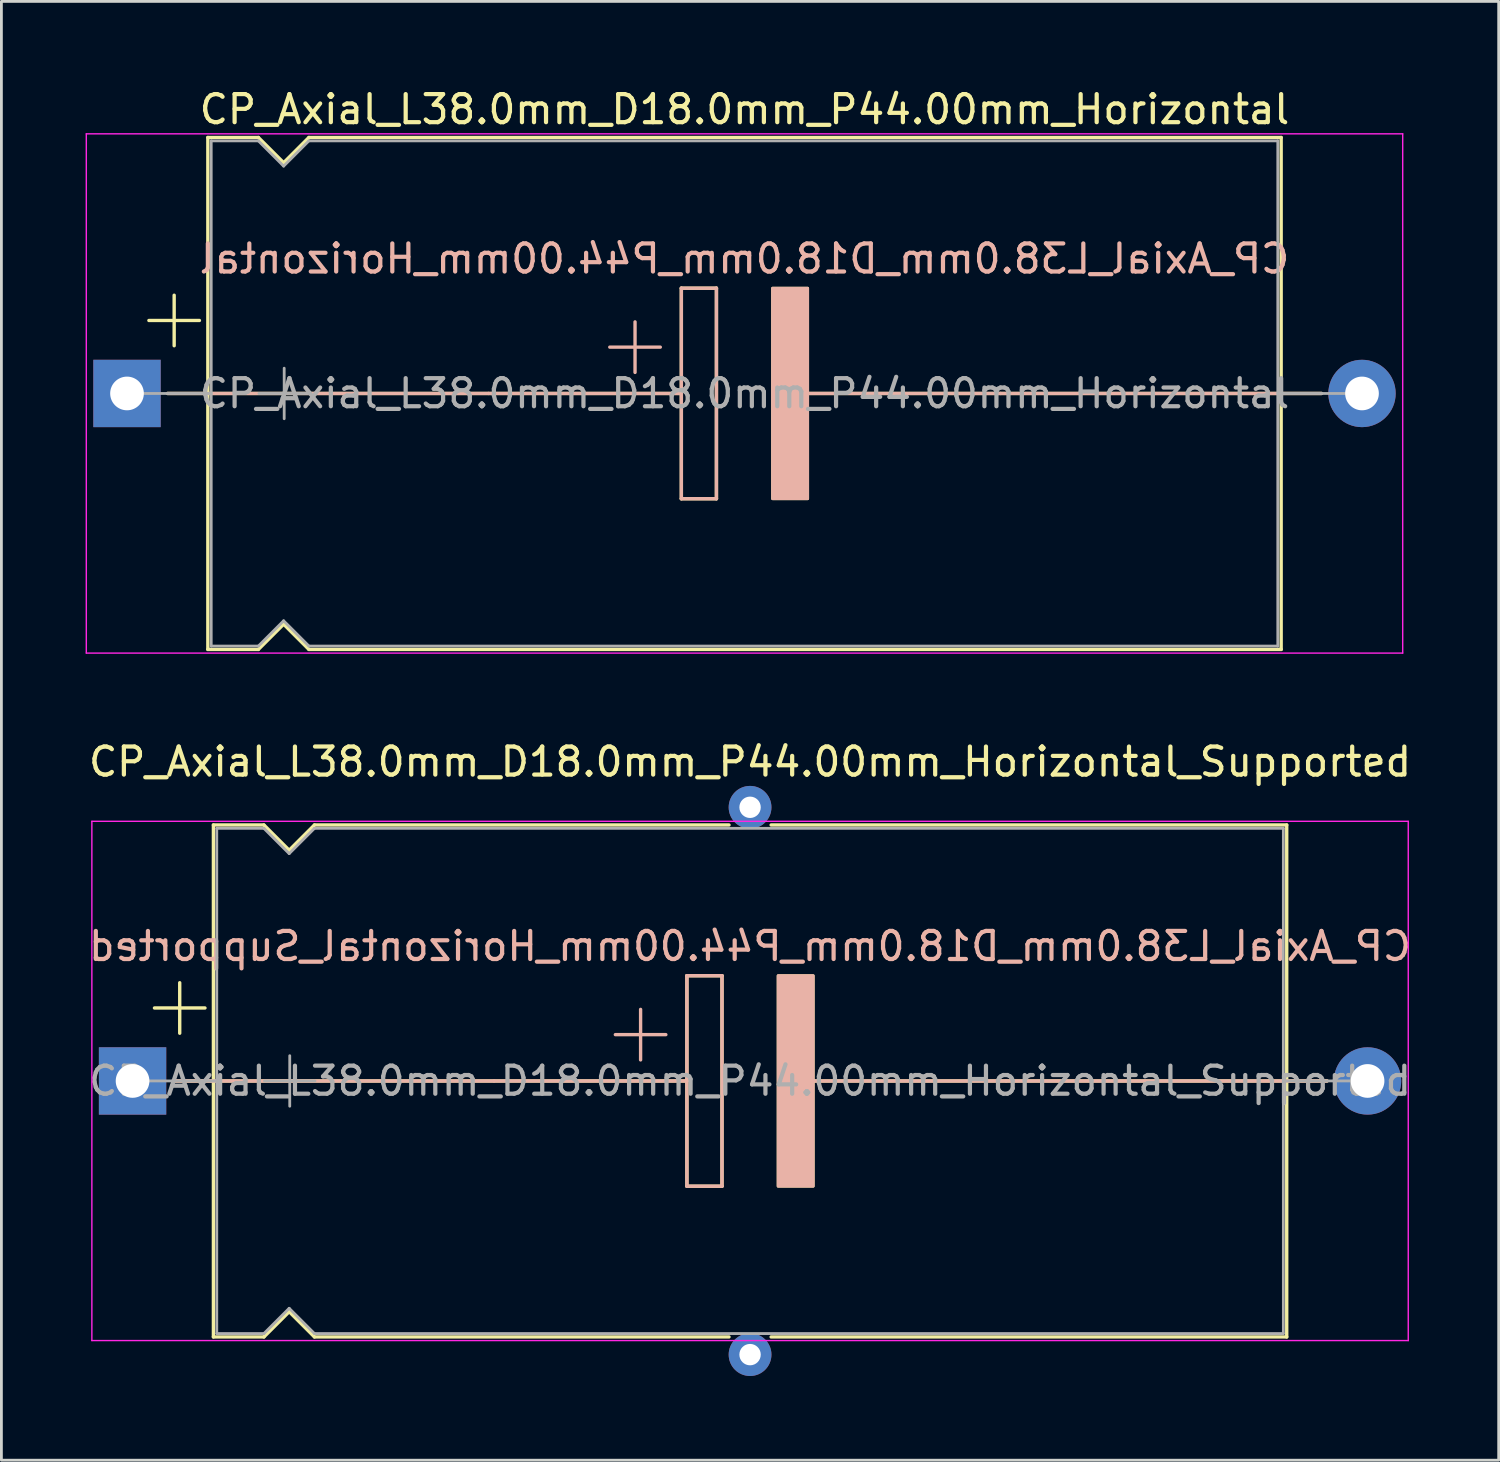
<source format=kicad_pcb>
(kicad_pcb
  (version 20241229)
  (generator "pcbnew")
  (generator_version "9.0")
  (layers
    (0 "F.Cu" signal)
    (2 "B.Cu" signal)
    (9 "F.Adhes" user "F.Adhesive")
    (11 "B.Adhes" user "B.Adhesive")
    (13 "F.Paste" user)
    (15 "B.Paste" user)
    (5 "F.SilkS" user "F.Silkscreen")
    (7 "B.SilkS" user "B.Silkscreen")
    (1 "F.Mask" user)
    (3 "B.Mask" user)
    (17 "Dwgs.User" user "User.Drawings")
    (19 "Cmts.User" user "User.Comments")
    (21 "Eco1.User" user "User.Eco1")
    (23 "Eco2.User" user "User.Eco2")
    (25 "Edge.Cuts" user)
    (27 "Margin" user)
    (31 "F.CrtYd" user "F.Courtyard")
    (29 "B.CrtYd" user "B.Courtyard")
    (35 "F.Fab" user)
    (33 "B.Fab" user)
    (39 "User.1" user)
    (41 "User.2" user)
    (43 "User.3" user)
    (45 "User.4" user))
  (footprint "CP_Axial_L38.0mm_D18.0mm_P44.00mm_Horizontal"
    (layer "F.Cu")
    (at 1.475 10.968)
    (property "Reference" "CP_Axial_L38.0mm_D18.0mm_P44.00mm_Horizontal" (at 22 -10.12 0) (layer "F.SilkS") (effects (font (size 1 1) (thickness 0.15))))
    (fp_line (start 0.78 -2.6) (end 2.58 -2.6) (stroke (width 0.12) (type solid)) (layer "F.SilkS"))
    (fp_line (start 1.44 0) (end 2.88 0) (stroke (width 0.12) (type solid)) (layer "F.SilkS"))
    (fp_line (start 1.68 -3.5) (end 1.68 -1.7) (stroke (width 0.12) (type solid)) (layer "F.SilkS"))
    (fp_line (start 2.88 -9.12) (end 2.88 9.12) (stroke (width 0.12) (type solid)) (layer "F.SilkS"))
    (fp_line (start 2.88 -9.12) (end 4.68 -9.12) (stroke (width 0.12) (type solid)) (layer "F.SilkS"))
    (fp_line (start 2.88 0) (end 19.75 0) (stroke (width 0.12) (type solid)) (layer "F.SilkS"))
    (fp_line (start 2.88 9.12) (end 4.68 9.12) (stroke (width 0.12) (type solid)) (layer "F.SilkS"))
    (fp_line (start 4.68 -9.12) (end 5.58 -8.22) (stroke (width 0.12) (type solid)) (layer "F.SilkS"))
    (fp_line (start 4.68 9.12) (end 5.58 8.22) (stroke (width 0.12) (type solid)) (layer "F.SilkS"))
    (fp_line (start 5.58 -8.22) (end 6.48 -9.12) (stroke (width 0.12) (type solid)) (layer "F.SilkS"))
    (fp_line (start 5.58 8.22) (end 6.48 9.12) (stroke (width 0.12) (type solid)) (layer "F.SilkS"))
    (fp_line (start 6.48 -9.12) (end 41.12 -9.12) (stroke (width 0.12) (type solid)) (layer "F.SilkS"))
    (fp_line (start 6.48 9.12) (end 41.12 9.12) (stroke (width 0.12) (type solid)) (layer "F.SilkS"))
    (fp_line (start 19.75 -3.75) (end 21 -3.75) (stroke (width 0.12) (type solid)) (layer "F.SilkS"))
    (fp_line (start 19.75 0) (end 19.75 -3.75) (stroke (width 0.12) (type solid)) (layer "F.SilkS"))
    (fp_line (start 19.75 3.75) (end 19.75 0) (stroke (width 0.12) (type solid)) (layer "F.SilkS"))
    (fp_line (start 21 -3.75) (end 21 3.75) (stroke (width 0.12) (type solid)) (layer "F.SilkS"))
    (fp_line (start 21 3.75) (end 19.75 3.75) (stroke (width 0.12) (type solid)) (layer "F.SilkS"))
    (fp_line (start 24.25 0) (end 41.12 0) (stroke (width 0.12) (type solid)) (layer "F.SilkS"))
    (fp_line (start 41.12 -9.12) (end 41.12 9.12) (stroke (width 0.12) (type solid)) (layer "F.SilkS"))
    (fp_line (start 42.56 0) (end 41.12 0) (stroke (width 0.12) (type solid)) (layer "F.SilkS"))
    (fp_poly (pts (xy 24.25 3.75) (xy 23 3.75) (xy 23 -3.75) (xy 24.25 -3.75)) (stroke (width 0.1) (type solid)) (fill yes) (layer "F.SilkS"))
    (fp_line (start 1.45 0) (end 12.88 0) (stroke (width 0.12) (type solid)) (layer "B.SilkS"))
    (fp_line (start 12.88 0) (end 19.75 0) (stroke (width 0.12) (type solid)) (layer "B.SilkS"))
    (fp_line (start 18.1 -2.55) (end 18.1 -0.75) (stroke (width 0.12) (type solid)) (layer "B.SilkS"))
    (fp_line (start 19 -1.65) (end 17.2 -1.65) (stroke (width 0.12) (type solid)) (layer "B.SilkS"))
    (fp_line (start 19.75 -3.75) (end 21 -3.75) (stroke (width 0.12) (type solid)) (layer "B.SilkS"))
    (fp_line (start 19.75 0) (end 19.75 -3.75) (stroke (width 0.12) (type solid)) (layer "B.SilkS"))
    (fp_line (start 19.75 3.75) (end 19.75 0) (stroke (width 0.12) (type solid)) (layer "B.SilkS"))
    (fp_line (start 21 -3.75) (end 21 3.75) (stroke (width 0.12) (type solid)) (layer "B.SilkS"))
    (fp_line (start 21 3.75) (end 19.75 3.75) (stroke (width 0.12) (type solid)) (layer "B.SilkS"))
    (fp_line (start 24.25 0) (end 31.12 0) (stroke (width 0.12) (type solid)) (layer "B.SilkS"))
    (fp_line (start 42.55 0) (end 31.12 0) (stroke (width 0.12) (type solid)) (layer "B.SilkS"))
    (fp_poly (pts (xy 24.25 3.75) (xy 23 3.75) (xy 23 -3.75) (xy 24.25 -3.75)) (stroke (width 0.1) (type solid)) (fill yes) (layer "B.SilkS"))
    (fp_line (start -1.45 -9.25) (end -1.45 9.25) (stroke (width 0.05) (type solid)) (layer "F.CrtYd"))
    (fp_line (start -1.45 9.25) (end 45.45 9.25) (stroke (width 0.05) (type solid)) (layer "F.CrtYd"))
    (fp_line (start 45.45 -9.25) (end -1.45 -9.25) (stroke (width 0.05) (type solid)) (layer "F.CrtYd"))
    (fp_line (start 45.45 9.25) (end 45.45 -9.25) (stroke (width 0.05) (type solid)) (layer "F.CrtYd"))
    (fp_line (start 0 0) (end 3 0) (stroke (width 0.1) (type solid)) (layer "F.Fab"))
    (fp_line (start 3 -9) (end 3 9) (stroke (width 0.1) (type solid)) (layer "F.Fab"))
    (fp_line (start 3 -9) (end 4.68 -9) (stroke (width 0.1) (type solid)) (layer "F.Fab"))
    (fp_line (start 3 9) (end 4.68 9) (stroke (width 0.1) (type solid)) (layer "F.Fab"))
    (fp_line (start 4.68 -9) (end 5.58 -8.1) (stroke (width 0.1) (type solid)) (layer "F.Fab"))
    (fp_line (start 4.68 9) (end 5.58 8.1) (stroke (width 0.1) (type solid)) (layer "F.Fab"))
    (fp_line (start 4.7 0) (end 6.5 0) (stroke (width 0.1) (type solid)) (layer "F.Fab"))
    (fp_line (start 5.58 -8.1) (end 6.48 -9) (stroke (width 0.1) (type solid)) (layer "F.Fab"))
    (fp_line (start 5.58 8.1) (end 6.48 9) (stroke (width 0.1) (type solid)) (layer "F.Fab"))
    (fp_line (start 5.6 -0.9) (end 5.6 0.9) (stroke (width 0.1) (type solid)) (layer "F.Fab"))
    (fp_line (start 6.48 -9) (end 41 -9) (stroke (width 0.1) (type solid)) (layer "F.Fab"))
    (fp_line (start 6.48 9) (end 41 9) (stroke (width 0.1) (type solid)) (layer "F.Fab"))
    (fp_line (start 41 -9) (end 41 9) (stroke (width 0.1) (type solid)) (layer "F.Fab"))
    (fp_line (start 44 0) (end 41 0) (stroke (width 0.1) (type solid)) (layer "F.Fab"))
    (fp_text user "${REFERENCE}" (at 22 -4.8 0) (layer "B.SilkS") (effects (font (size 1 1) (thickness 0.15)) (justify mirror)))
    (fp_text user "${REFERENCE}" (at 22 0 0) (layer "F.Fab") (effects (font (size 1 1) (thickness 0.15))))
    (pad "1" thru_hole rect (at 0 0) (size 2.4 2.4) (drill 1.2) (layers "*.Cu" "*.Mask"))
    (pad "2" thru_hole oval (at 44 0) (size 2.4 2.4) (drill 1.2) (layers "*.Cu" "*.Mask")))
  (footprint "CP_Axial_L38.0mm_D18.0mm_P44.00mm_Horizontal_Supported"
    (layer "F.Cu")
    (at 1.673 35.462)
    (property "Reference" "CP_Axial_L38.0mm_D18.0mm_P44.00mm_Horizontal_Supported" (at 22 -11.37 0) (layer "F.SilkS") (effects (font (size 1 1) (thickness 0.15))))
    (fp_line (start 0.78 -2.6) (end 2.58 -2.6) (stroke (width 0.12) (type solid)) (layer "F.SilkS"))
    (fp_line (start 1.44 0) (end 2.88 0) (stroke (width 0.12) (type solid)) (layer "F.SilkS"))
    (fp_line (start 1.68 -3.5) (end 1.68 -1.7) (stroke (width 0.12) (type solid)) (layer "F.SilkS"))
    (fp_line (start 2.88 -9.12) (end 2.88 9.12) (stroke (width 0.12) (type solid)) (layer "F.SilkS"))
    (fp_line (start 2.88 -9.12) (end 4.68 -9.12) (stroke (width 0.12) (type solid)) (layer "F.SilkS"))
    (fp_line (start 2.88 0) (end 19.75 0) (stroke (width 0.12) (type solid)) (layer "F.SilkS"))
    (fp_line (start 2.88 9.12) (end 4.68 9.12) (stroke (width 0.12) (type solid)) (layer "F.SilkS"))
    (fp_line (start 4.68 -9.12) (end 5.58 -8.22) (stroke (width 0.12) (type solid)) (layer "F.SilkS"))
    (fp_line (start 4.68 9.12) (end 5.58 8.22) (stroke (width 0.12) (type solid)) (layer "F.SilkS"))
    (fp_line (start 5.58 -8.22) (end 6.48 -9.12) (stroke (width 0.12) (type solid)) (layer "F.SilkS"))
    (fp_line (start 5.58 8.22) (end 6.48 9.12) (stroke (width 0.12) (type solid)) (layer "F.SilkS"))
    (fp_line (start 6.48 -9.12) (end 21.25 -9.12) (stroke (width 0.12) (type solid)) (layer "F.SilkS"))
    (fp_line (start 6.48 9.12) (end 21.25 9.12) (stroke (width 0.12) (type solid)) (layer "F.SilkS"))
    (fp_line (start 19.75 -3.75) (end 21 -3.75) (stroke (width 0.12) (type solid)) (layer "F.SilkS"))
    (fp_line (start 19.75 0) (end 19.75 -3.75) (stroke (width 0.12) (type solid)) (layer "F.SilkS"))
    (fp_line (start 19.75 3.75) (end 19.75 0) (stroke (width 0.12) (type solid)) (layer "F.SilkS"))
    (fp_line (start 21 -3.75) (end 21 3.75) (stroke (width 0.12) (type solid)) (layer "F.SilkS"))
    (fp_line (start 21 3.75) (end 19.75 3.75) (stroke (width 0.12) (type solid)) (layer "F.SilkS"))
    (fp_line (start 22.75 -9.12) (end 41.12 -9.12) (stroke (width 0.12) (type solid)) (layer "F.SilkS"))
    (fp_line (start 22.75 9.12) (end 41.12 9.12) (stroke (width 0.12) (type solid)) (layer "F.SilkS"))
    (fp_line (start 24.25 0) (end 41.12 0) (stroke (width 0.12) (type solid)) (layer "F.SilkS"))
    (fp_line (start 41.12 -9.12) (end 41.12 9.12) (stroke (width 0.12) (type solid)) (layer "F.SilkS"))
    (fp_line (start 42.56 0) (end 41.12 0) (stroke (width 0.12) (type solid)) (layer "F.SilkS"))
    (fp_poly (pts (xy 24.25 3.75) (xy 23 3.75) (xy 23 -3.75) (xy 24.25 -3.75)) (stroke (width 0.1) (type solid)) (fill yes) (layer "F.SilkS"))
    (fp_line (start 1.45 0) (end 12.88 0) (stroke (width 0.12) (type solid)) (layer "B.SilkS"))
    (fp_line (start 12.88 0) (end 19.75 0) (stroke (width 0.12) (type solid)) (layer "B.SilkS"))
    (fp_line (start 18.1 -2.55) (end 18.1 -0.75) (stroke (width 0.12) (type solid)) (layer "B.SilkS"))
    (fp_line (start 19 -1.65) (end 17.2 -1.65) (stroke (width 0.12) (type solid)) (layer "B.SilkS"))
    (fp_line (start 19.75 -3.75) (end 21 -3.75) (stroke (width 0.12) (type solid)) (layer "B.SilkS"))
    (fp_line (start 19.75 0) (end 19.75 -3.75) (stroke (width 0.12) (type solid)) (layer "B.SilkS"))
    (fp_line (start 19.75 3.75) (end 19.75 0) (stroke (width 0.12) (type solid)) (layer "B.SilkS"))
    (fp_line (start 21 -3.75) (end 21 3.75) (stroke (width 0.12) (type solid)) (layer "B.SilkS"))
    (fp_line (start 21 3.75) (end 19.75 3.75) (stroke (width 0.12) (type solid)) (layer "B.SilkS"))
    (fp_line (start 24.25 0) (end 31.12 0) (stroke (width 0.12) (type solid)) (layer "B.SilkS"))
    (fp_line (start 42.55 0) (end 31.12 0) (stroke (width 0.12) (type solid)) (layer "B.SilkS"))
    (fp_poly (pts (xy 24.25 3.75) (xy 23 3.75) (xy 23 -3.75) (xy 24.25 -3.75)) (stroke (width 0.1) (type solid)) (fill yes) (layer "B.SilkS"))
    (fp_line (start -1.45 -9.25) (end -1.45 9.25) (stroke (width 0.05) (type solid)) (layer "F.CrtYd"))
    (fp_line (start -1.45 9.25) (end 45.45 9.25) (stroke (width 0.05) (type solid)) (layer "F.CrtYd"))
    (fp_line (start 45.45 -9.25) (end -1.45 -9.25) (stroke (width 0.05) (type solid)) (layer "F.CrtYd"))
    (fp_line (start 45.45 9.25) (end 45.45 -9.25) (stroke (width 0.05) (type solid)) (layer "F.CrtYd"))
    (fp_line (start 0 0) (end 3 0) (stroke (width 0.1) (type solid)) (layer "F.Fab"))
    (fp_line (start 3 -9) (end 3 9) (stroke (width 0.1) (type solid)) (layer "F.Fab"))
    (fp_line (start 3 -9) (end 4.68 -9) (stroke (width 0.1) (type solid)) (layer "F.Fab"))
    (fp_line (start 3 9) (end 4.68 9) (stroke (width 0.1) (type solid)) (layer "F.Fab"))
    (fp_line (start 4.68 -9) (end 5.58 -8.1) (stroke (width 0.1) (type solid)) (layer "F.Fab"))
    (fp_line (start 4.68 9) (end 5.58 8.1) (stroke (width 0.1) (type solid)) (layer "F.Fab"))
    (fp_line (start 4.7 0) (end 6.5 0) (stroke (width 0.1) (type solid)) (layer "F.Fab"))
    (fp_line (start 5.58 -8.1) (end 6.48 -9) (stroke (width 0.1) (type solid)) (layer "F.Fab"))
    (fp_line (start 5.58 8.1) (end 6.48 9) (stroke (width 0.1) (type solid)) (layer "F.Fab"))
    (fp_line (start 5.6 -0.9) (end 5.6 0.9) (stroke (width 0.1) (type solid)) (layer "F.Fab"))
    (fp_line (start 6.48 -9) (end 41 -9) (stroke (width 0.1) (type solid)) (layer "F.Fab"))
    (fp_line (start 6.48 9) (end 41 9) (stroke (width 0.1) (type solid)) (layer "F.Fab"))
    (fp_line (start 41 -9) (end 41 9) (stroke (width 0.1) (type solid)) (layer "F.Fab"))
    (fp_line (start 44 0) (end 41 0) (stroke (width 0.1) (type solid)) (layer "F.Fab"))
    (fp_text user "${REFERENCE}" (at 22 -4.8 0) (layer "B.SilkS") (effects (font (size 1 1) (thickness 0.15)) (justify mirror)))
    (fp_text user "${REFERENCE}" (at 22 0 0) (layer "F.Fab") (effects (font (size 1 1) (thickness 0.15))))
    (pad "" thru_hole circle (at 22 -9.75) (size 1.524 1.524) (drill 0.762) (layers "*.Cu" "*.Mask"))
    (pad "" thru_hole circle (at 22 9.75) (size 1.524 1.524) (drill 0.762) (layers "*.Cu" "*.Mask"))
    (pad "1" thru_hole rect (at 0 0) (size 2.4 2.4) (drill 1.2) (layers "*.Cu" "*.Mask"))
    (pad "2" thru_hole oval (at 44 0) (size 2.4 2.4) (drill 1.2) (layers "*.Cu" "*.Mask")))
  (gr_rect
    (start -3 -3)
    (end 50.345 48.974)
    (stroke (width 0.1) (type default))
    (fill no)
    (layer "Edge.Cuts")))
</source>
